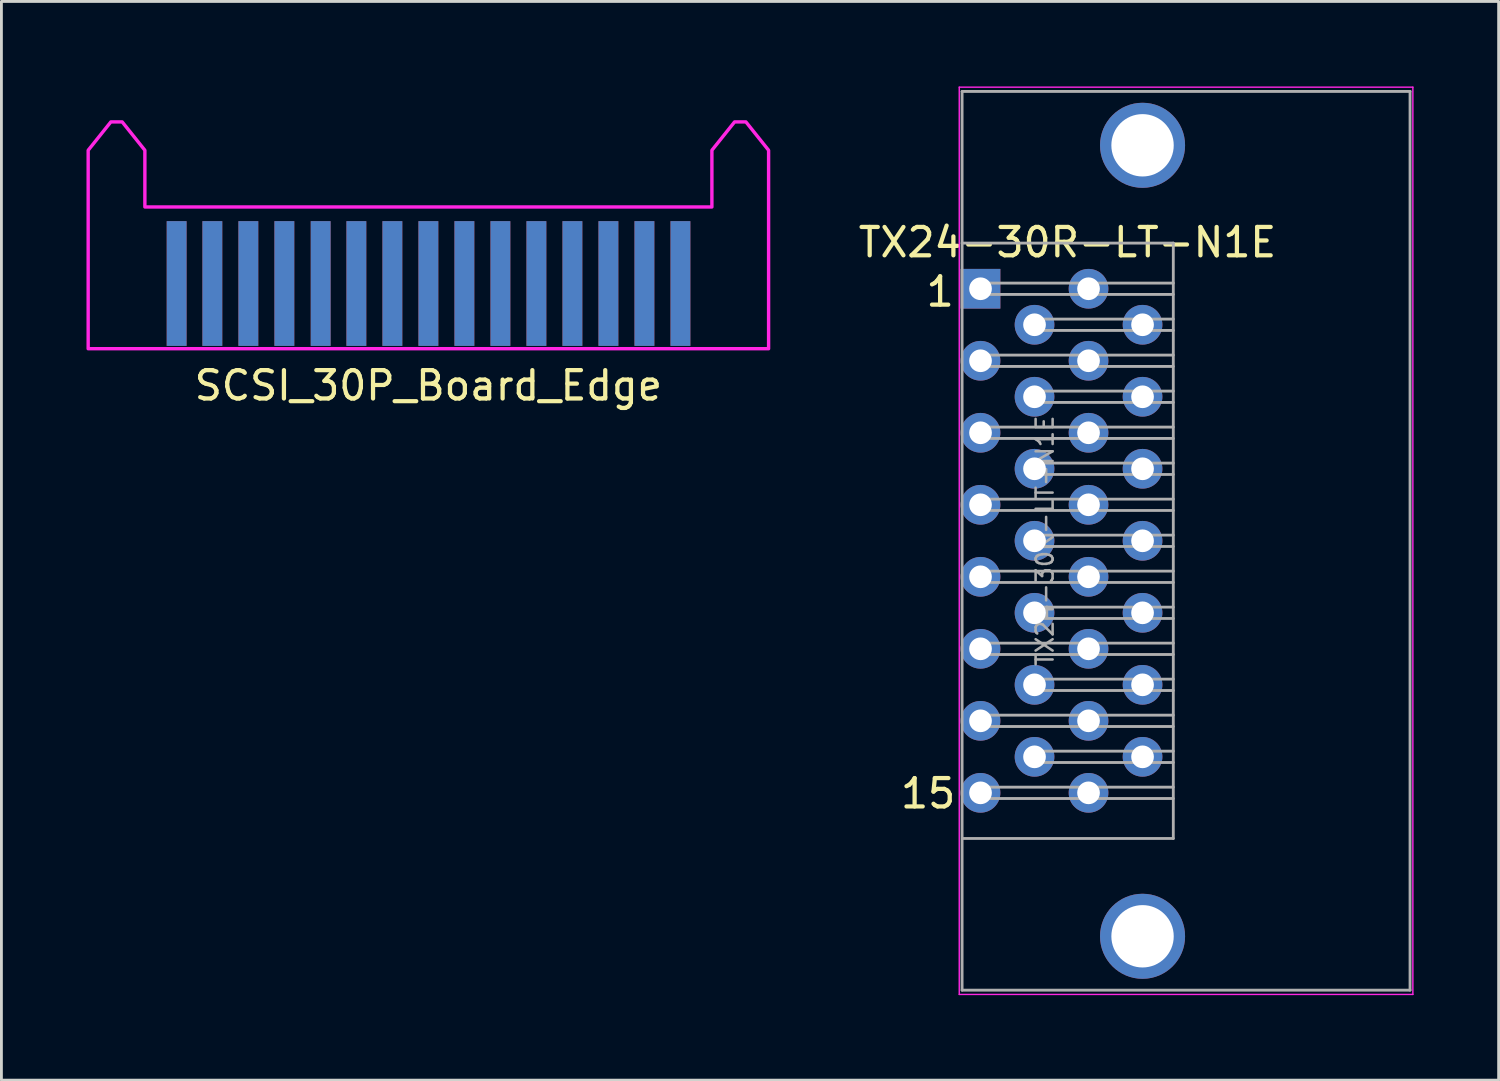
<source format=kicad_pcb>
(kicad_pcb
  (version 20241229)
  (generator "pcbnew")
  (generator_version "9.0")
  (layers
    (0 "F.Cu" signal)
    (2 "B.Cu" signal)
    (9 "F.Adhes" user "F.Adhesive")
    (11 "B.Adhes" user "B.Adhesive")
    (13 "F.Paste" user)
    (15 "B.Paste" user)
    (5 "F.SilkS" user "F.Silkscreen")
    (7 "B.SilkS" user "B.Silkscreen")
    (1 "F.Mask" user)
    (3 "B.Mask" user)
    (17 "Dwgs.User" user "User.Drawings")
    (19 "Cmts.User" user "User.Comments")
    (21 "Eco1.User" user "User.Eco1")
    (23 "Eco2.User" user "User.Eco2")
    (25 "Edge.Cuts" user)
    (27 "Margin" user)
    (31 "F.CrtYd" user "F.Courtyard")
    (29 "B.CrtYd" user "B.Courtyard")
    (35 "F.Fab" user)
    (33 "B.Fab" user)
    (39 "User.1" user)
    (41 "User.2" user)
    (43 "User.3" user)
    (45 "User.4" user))
  (footprint "SCSI_30P_Board_Edge"
    (layer "F.Cu")
    (at 12.06 0.25)
    (property "Reference" "SCSI_30P_Board_Edge" (at 0 10.3 0) (unlocked yes) (layer "F.SilkS") (effects (font (size 1 1) (thickness 0.15))))
    (attr smd)
    (fp_poly (pts (xy -12 9) (xy -12 2) (xy -11.2 1) (xy -10.8 1) (xy -10 2) (xy -10 4) (xy 10 4) (xy 10 2) (xy 10.8 1) (xy 11.2 1) (xy 12 2) (xy 12 9)) (stroke (width 0.12) (type solid)) (fill no) (layer "F.CrtYd"))
    (pad "A1" connect rect (at 8.89 6.7) (size 0.7 4.4) (layers "F.Cu" "F.Mask"))
    (pad "A2" connect rect (at 7.62 6.7) (size 0.7 4.4) (layers "F.Cu" "F.Mask"))
    (pad "A3" connect rect (at 6.35 6.7) (size 0.7 4.4) (layers "F.Cu" "F.Mask"))
    (pad "A4" connect rect (at 5.08 6.7) (size 0.7 4.4) (layers "F.Cu" "F.Mask"))
    (pad "A5" connect rect (at 3.81 6.7) (size 0.7 4.4) (layers "F.Cu" "F.Mask"))
    (pad "A6" connect rect (at 2.54 6.7) (size 0.7 4.4) (layers "F.Cu" "F.Mask"))
    (pad "A7" connect rect (at 1.27 6.7) (size 0.7 4.4) (layers "F.Cu" "F.Mask"))
    (pad "A8" connect rect (at 0 6.7) (size 0.7 4.4) (layers "F.Cu" "F.Mask"))
    (pad "A9" connect rect (at -1.27 6.7) (size 0.7 4.4) (layers "F.Cu" "F.Mask"))
    (pad "A10" connect rect (at -2.54 6.7) (size 0.7 4.4) (layers "F.Cu" "F.Mask"))
    (pad "A11" connect rect (at -3.8 6.7) (size 0.7 4.4) (layers "F.Cu" "F.Mask"))
    (pad "A12" connect rect (at -5.08 6.7) (size 0.7 4.4) (layers "F.Cu" "F.Mask"))
    (pad "A13" connect rect (at -6.35 6.7) (size 0.7 4.4) (layers "F.Cu" "F.Mask"))
    (pad "A14" connect rect (at -7.62 6.7) (size 0.7 4.4) (layers "F.Cu" "F.Mask"))
    (pad "A15" connect rect (at -8.88 6.7) (size 0.7 4.4) (layers "F.Cu" "F.Mask"))
    (pad "B1" connect rect (at 8.89 6.7) (size 0.7 4.4) (layers "B.Cu" "B.Mask"))
    (pad "B2" connect rect (at 7.62 6.7) (size 0.7 4.4) (layers "B.Cu" "B.Mask"))
    (pad "B3" connect rect (at 6.35 6.7) (size 0.7 4.4) (layers "B.Cu" "B.Mask"))
    (pad "B4" connect rect (at 5.08 6.7) (size 0.7 4.4) (layers "B.Cu" "B.Mask"))
    (pad "B5" connect rect (at 3.81 6.7) (size 0.7 4.4) (layers "B.Cu" "B.Mask"))
    (pad "B6" connect rect (at 2.54 6.7) (size 0.7 4.4) (layers "B.Cu" "B.Mask"))
    (pad "B7" connect rect (at 1.27 6.7) (size 0.7 4.4) (layers "B.Cu" "B.Mask"))
    (pad "B8" connect rect (at 0 6.7) (size 0.7 4.4) (layers "B.Cu" "B.Mask"))
    (pad "B9" connect rect (at -1.27 6.7) (size 0.7 4.4) (layers "B.Cu" "B.Mask"))
    (pad "B10" connect rect (at -2.54 6.7) (size 0.7 4.4) (layers "B.Cu" "B.Mask"))
    (pad "B11" connect rect (at -3.8 6.7) (size 0.7 4.4) (layers "B.Cu" "B.Mask"))
    (pad "B12" connect rect (at -5.08 6.7) (size 0.7 4.4) (layers "B.Cu" "B.Mask"))
    (pad "B13" connect rect (at -6.35 6.7) (size 0.7 4.4) (layers "B.Cu" "B.Mask"))
    (pad "B14" connect rect (at -7.62 6.7) (size 0.7 4.4) (layers "B.Cu" "B.Mask"))
    (pad "B15" connect rect (at -8.88 6.7) (size 0.7 4.4) (layers "B.Cu" "B.Mask")))
  (footprint "TX24-30R-LT-N1E"
    (layer "F.Cu")
    (at 31.535 16.025)
    (property "Reference" "TX24-30R-LT-N1E" (at 3.067 -10.525 0) (layer "F.SilkS") (effects (font (size 1 1) (thickness 0.15))))
    (attr through_hole)
    (fp_line (start -0.75 -16) (end -0.75 16) (stroke (width 0.05) (type solid)) (layer "F.CrtYd"))
    (fp_line (start -0.75 16) (end 15.25 16) (stroke (width 0.05) (type solid)) (layer "F.CrtYd"))
    (fp_line (start 15.25 -16) (end -0.75 -16) (stroke (width 0.05) (type solid)) (layer "F.CrtYd"))
    (fp_line (start 15.25 16) (end 15.25 -16) (stroke (width 0.05) (type solid)) (layer "F.CrtYd"))
    (fp_line (start -0.65 -15.85) (end -0.65 15.85) (stroke (width 0.1) (type solid)) (layer "F.Fab"))
    (fp_line (start -0.65 -15.85) (end 15.15 -15.85) (stroke (width 0.1) (type solid)) (layer "F.Fab"))
    (fp_line (start -0.65 15.85) (end 15.15 15.85) (stroke (width 0.1) (type solid)) (layer "F.Fab"))
    (fp_line (start 0 -8.69) (end 0 -9.09) (stroke (width 0.1) (type solid)) (layer "F.Fab"))
    (fp_line (start 0 -6.15) (end 0 -6.55) (stroke (width 0.1) (type solid)) (layer "F.Fab"))
    (fp_line (start 0 -3.61) (end 0 -4.01) (stroke (width 0.1) (type solid)) (layer "F.Fab"))
    (fp_line (start 0 -1.07) (end 0 -1.47) (stroke (width 0.1) (type solid)) (layer "F.Fab"))
    (fp_line (start 0 1.47) (end 0 1.07) (stroke (width 0.1) (type solid)) (layer "F.Fab"))
    (fp_line (start 0 4.01) (end 0 3.61) (stroke (width 0.1) (type solid)) (layer "F.Fab"))
    (fp_line (start 0 6.55) (end 0 6.15) (stroke (width 0.1) (type solid)) (layer "F.Fab"))
    (fp_line (start 0 9.09) (end 0 8.69) (stroke (width 0.1) (type solid)) (layer "F.Fab"))
    (fp_line (start 1.9 -7.42) (end 1.9 -7.82) (stroke (width 0.1) (type solid)) (layer "F.Fab"))
    (fp_line (start 1.9 -4.88) (end 1.9 -5.28) (stroke (width 0.1) (type solid)) (layer "F.Fab"))
    (fp_line (start 1.9 -2.34) (end 1.9 -2.74) (stroke (width 0.1) (type solid)) (layer "F.Fab"))
    (fp_line (start 1.9 0.2) (end 1.9 -0.2) (stroke (width 0.1) (type solid)) (layer "F.Fab"))
    (fp_line (start 1.9 2.74) (end 1.9 2.34) (stroke (width 0.1) (type solid)) (layer "F.Fab"))
    (fp_line (start 1.9 5.28) (end 1.9 4.88) (stroke (width 0.1) (type solid)) (layer "F.Fab"))
    (fp_line (start 1.9 7.82) (end 1.9 7.42) (stroke (width 0.1) (type solid)) (layer "F.Fab"))
    (fp_line (start 6.8 -10.5) (end -0.65 -10.5) (stroke (width 0.1) (type solid)) (layer "F.Fab"))
    (fp_line (start 6.8 -10.5) (end 6.8 10.5) (stroke (width 0.1) (type solid)) (layer "F.Fab"))
    (fp_line (start 6.8 -9.09) (end 0 -9.09) (stroke (width 0.1) (type solid)) (layer "F.Fab"))
    (fp_line (start 6.8 -8.69) (end 0 -8.69) (stroke (width 0.1) (type solid)) (layer "F.Fab"))
    (fp_line (start 6.8 -7.82) (end 1.9 -7.82) (stroke (width 0.1) (type solid)) (layer "F.Fab"))
    (fp_line (start 6.8 -7.42) (end 1.9 -7.42) (stroke (width 0.1) (type solid)) (layer "F.Fab"))
    (fp_line (start 6.8 -6.55) (end 0 -6.55) (stroke (width 0.1) (type solid)) (layer "F.Fab"))
    (fp_line (start 6.8 -6.15) (end 0 -6.15) (stroke (width 0.1) (type solid)) (layer "F.Fab"))
    (fp_line (start 6.8 -5.28) (end 1.9 -5.28) (stroke (width 0.1) (type solid)) (layer "F.Fab"))
    (fp_line (start 6.8 -4.88) (end 1.9 -4.88) (stroke (width 0.1) (type solid)) (layer "F.Fab"))
    (fp_line (start 6.8 -4.01) (end 0 -4.01) (stroke (width 0.1) (type solid)) (layer "F.Fab"))
    (fp_line (start 6.8 -3.61) (end 0 -3.61) (stroke (width 0.1) (type solid)) (layer "F.Fab"))
    (fp_line (start 6.8 -2.74) (end 1.9 -2.74) (stroke (width 0.1) (type solid)) (layer "F.Fab"))
    (fp_line (start 6.8 -2.34) (end 1.9 -2.34) (stroke (width 0.1) (type solid)) (layer "F.Fab"))
    (fp_line (start 6.8 -1.47) (end 0 -1.47) (stroke (width 0.1) (type solid)) (layer "F.Fab"))
    (fp_line (start 6.8 -1.07) (end 0 -1.07) (stroke (width 0.1) (type solid)) (layer "F.Fab"))
    (fp_line (start 6.8 -0.2) (end 1.9 -0.2) (stroke (width 0.1) (type solid)) (layer "F.Fab"))
    (fp_line (start 6.8 0.2) (end 1.9 0.2) (stroke (width 0.1) (type solid)) (layer "F.Fab"))
    (fp_line (start 6.8 1.07) (end 0 1.07) (stroke (width 0.1) (type solid)) (layer "F.Fab"))
    (fp_line (start 6.8 1.47) (end 0 1.47) (stroke (width 0.1) (type solid)) (layer "F.Fab"))
    (fp_line (start 6.8 2.34) (end 1.9 2.34) (stroke (width 0.1) (type solid)) (layer "F.Fab"))
    (fp_line (start 6.8 2.74) (end 1.9 2.74) (stroke (width 0.1) (type solid)) (layer "F.Fab"))
    (fp_line (start 6.8 3.61) (end 0 3.61) (stroke (width 0.1) (type solid)) (layer "F.Fab"))
    (fp_line (start 6.8 4.01) (end 0 4.01) (stroke (width 0.1) (type solid)) (layer "F.Fab"))
    (fp_line (start 6.8 4.88) (end 1.9 4.88) (stroke (width 0.1) (type solid)) (layer "F.Fab"))
    (fp_line (start 6.8 5.28) (end 1.9 5.28) (stroke (width 0.1) (type solid)) (layer "F.Fab"))
    (fp_line (start 6.8 6.15) (end 0 6.15) (stroke (width 0.1) (type solid)) (layer "F.Fab"))
    (fp_line (start 6.8 6.55) (end 0 6.55) (stroke (width 0.1) (type solid)) (layer "F.Fab"))
    (fp_line (start 6.8 7.42) (end 1.9 7.42) (stroke (width 0.1) (type solid)) (layer "F.Fab"))
    (fp_line (start 6.8 7.82) (end 1.9 7.82) (stroke (width 0.1) (type solid)) (layer "F.Fab"))
    (fp_line (start 6.8 8.69) (end 0 8.69) (stroke (width 0.1) (type solid)) (layer "F.Fab"))
    (fp_line (start 6.8 9.09) (end 0 9.09) (stroke (width 0.1) (type solid)) (layer "F.Fab"))
    (fp_line (start 6.8 10.5) (end -0.635 10.5) (stroke (width 0.1) (type solid)) (layer "F.Fab"))
    (fp_line (start 15.15 -15.85) (end 15.15 15.85) (stroke (width 0.1) (type solid)) (layer "F.Fab"))
    (fp_text user "1" (at -2 -8.2 0) (unlocked yes) (layer "F.SilkS") (effects (font (size 1 1) (thickness 0.15)) (justify left bottom)))
    (fp_text user "15" (at -2.9 9.5 0) (unlocked yes) (layer "F.SilkS") (effects (font (size 1 1) (thickness 0.15)) (justify left bottom)))
    (fp_text user "${REFERENCE}" (at 2.27 0 90) (layer "F.Fab") (effects (font (size 0.6 0.6) (thickness 0.09))))
    (pad "A1" thru_hole rect (at 0 -8.89) (size 1.4 1.4) (drill 0.8) (layers "*.Cu" "*.Mask"))
    (pad "A2" thru_hole circle (at 1.905 -7.62) (size 1.4 1.4) (drill 0.8) (layers "*.Cu" "*.Mask"))
    (pad "A3" thru_hole circle (at 0 -6.35) (size 1.4 1.4) (drill 0.8) (layers "*.Cu" "*.Mask"))
    (pad "A4" thru_hole circle (at 1.905 -5.08) (size 1.4 1.4) (drill 0.8) (layers "*.Cu" "*.Mask"))
    (pad "A5" thru_hole circle (at 0 -3.81) (size 1.4 1.4) (drill 0.8) (layers "*.Cu" "*.Mask"))
    (pad "A6" thru_hole circle (at 1.905 -2.54) (size 1.4 1.4) (drill 0.8) (layers "*.Cu" "*.Mask"))
    (pad "A7" thru_hole circle (at 0 -1.27) (size 1.4 1.4) (drill 0.8) (layers "*.Cu" "*.Mask"))
    (pad "A8" thru_hole circle (at 1.905 0) (size 1.4 1.4) (drill 0.8) (layers "*.Cu" "*.Mask"))
    (pad "A9" thru_hole circle (at 0 1.27) (size 1.4 1.4) (drill 0.8) (layers "*.Cu" "*.Mask"))
    (pad "A10" thru_hole circle (at 1.905 2.54) (size 1.4 1.4) (drill 0.8) (layers "*.Cu" "*.Mask"))
    (pad "A11" thru_hole circle (at 0 3.81) (size 1.4 1.4) (drill 0.8) (layers "*.Cu" "*.Mask"))
    (pad "A12" thru_hole circle (at 1.905 5.08) (size 1.4 1.4) (drill 0.8) (layers "*.Cu" "*.Mask"))
    (pad "A13" thru_hole circle (at 0 6.35) (size 1.4 1.4) (drill 0.8) (layers "*.Cu" "*.Mask"))
    (pad "A14" thru_hole circle (at 1.905 7.62) (size 1.4 1.4) (drill 0.8) (layers "*.Cu" "*.Mask"))
    (pad "A15" thru_hole circle (at 0 8.89) (size 1.4 1.4) (drill 0.8) (layers "*.Cu" "*.Mask"))
    (pad "B1" thru_hole circle (at 3.81 -8.89) (size 1.4 1.4) (drill 0.8) (layers "*.Cu" "*.Mask"))
    (pad "B2" thru_hole circle (at 5.715 -7.62) (size 1.4 1.4) (drill 0.8) (layers "*.Cu" "*.Mask"))
    (pad "B3" thru_hole circle (at 3.81 -6.35) (size 1.4 1.4) (drill 0.8) (layers "*.Cu" "*.Mask"))
    (pad "B4" thru_hole circle (at 5.715 -5.08) (size 1.4 1.4) (drill 0.8) (layers "*.Cu" "*.Mask"))
    (pad "B5" thru_hole circle (at 3.81 -3.81) (size 1.4 1.4) (drill 0.8) (layers "*.Cu" "*.Mask"))
    (pad "B6" thru_hole circle (at 5.715 -2.54) (size 1.4 1.4) (drill 0.8) (layers "*.Cu" "*.Mask"))
    (pad "B7" thru_hole circle (at 3.81 -1.27) (size 1.4 1.4) (drill 0.8) (layers "*.Cu" "*.Mask"))
    (pad "B8" thru_hole circle (at 5.715 0) (size 1.4 1.4) (drill 0.8) (layers "*.Cu" "*.Mask"))
    (pad "B9" thru_hole circle (at 3.81 1.27) (size 1.4 1.4) (drill 0.8) (layers "*.Cu" "*.Mask"))
    (pad "B10" thru_hole circle (at 5.715 2.54) (size 1.4 1.4) (drill 0.8) (layers "*.Cu" "*.Mask"))
    (pad "B11" thru_hole circle (at 3.81 3.81) (size 1.4 1.4) (drill 0.8) (layers "*.Cu" "*.Mask"))
    (pad "B12" thru_hole circle (at 5.715 5.08) (size 1.4 1.4) (drill 0.8) (layers "*.Cu" "*.Mask"))
    (pad "B13" thru_hole circle (at 3.81 6.35) (size 1.4 1.4) (drill 0.8) (layers "*.Cu" "*.Mask"))
    (pad "B14" thru_hole circle (at 5.715 7.62) (size 1.4 1.4) (drill 0.8) (layers "*.Cu" "*.Mask"))
    (pad "B15" thru_hole circle (at 3.81 8.89) (size 1.4 1.4) (drill 0.8) (layers "*.Cu" "*.Mask"))
    (pad "MH" thru_hole circle (at 5.715 -13.95) (size 3 3) (drill 2.2) (layers "*.Cu" "*.Mask"))
    (pad "MH" thru_hole circle (at 5.715 13.95) (size 3 3) (drill 2.2) (layers "*.Cu" "*.Mask")))
  (gr_rect
    (start -3 -3)
    (end 49.81 35.05)
    (stroke (width 0.1) (type default))
    (fill no)
    (layer "Edge.Cuts")))
</source>
